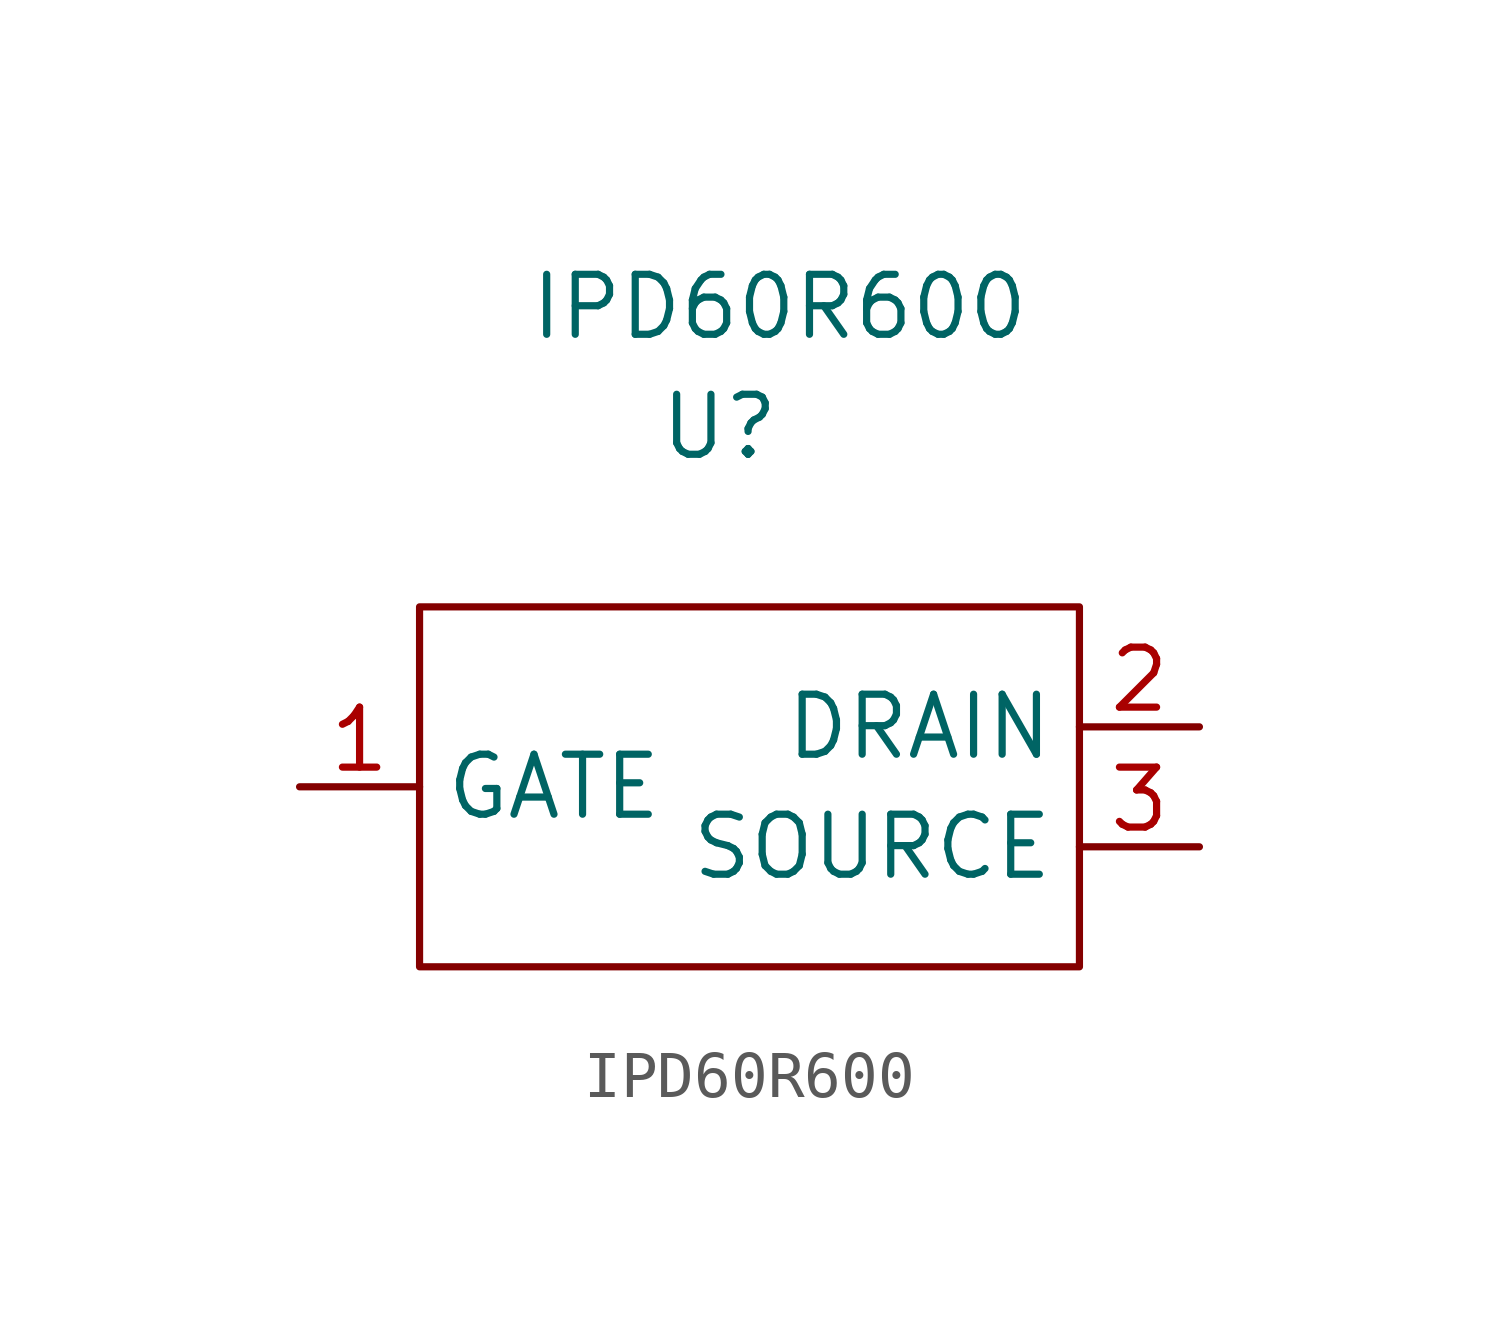
<source format=kicad_sym>
(kicad_symbol_lib
  (version 20211014)
  (generator kicad_symbol_editor)
  (symbol "IPD60R600"
    (property "Reference" "U"
      (at 0 7.62 0)
      (effects (font (size 1.27 1.27))))
    (property "Value" "IPD60R600"
      (at 1.27 10.16 0)
      (effects (font (size 1.27 1.27))))
    (symbol "IPD60R600_0_1"
      (rectangle (start -6.35 3.81) (end 7.62 -3.81) (stroke (width 0) (type default) (color 0 0 0 0)) (fill (type none))))
    (symbol "IPD60R600_1_1"
      (pin input line (at -8.89 0 0) (length 2.54) (name "GATE" (effects (font (size 1.27 1.27)))) (number "1" (effects (font (size 1.27 1.27)))))
      (pin open_collector line (at 10.16 1.27 180) (length 2.54) (name "DRAIN" (effects (font (size 1.27 1.27)))) (number "2" (effects (font (size 1.27 1.27)))))
      (pin open_emitter line (at 10.16 -1.27 180) (length 2.54) (name "SOURCE" (effects (font (size 1.27 1.27)))) (number "3" (effects (font (size 1.27 1.27))))))))
</source>
